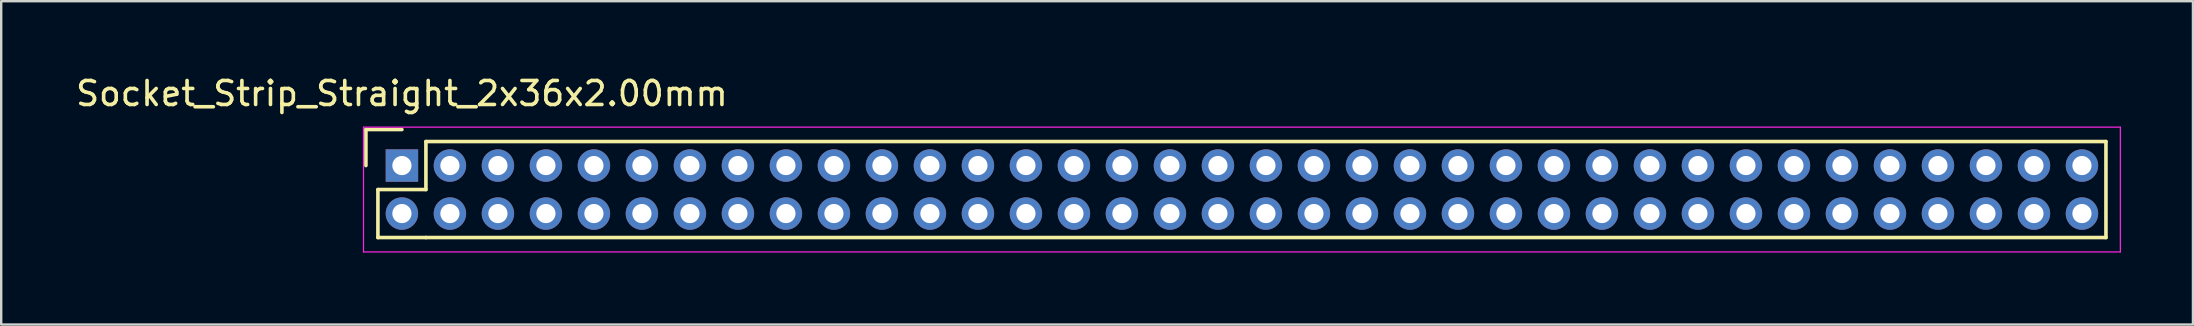
<source format=kicad_pcb>
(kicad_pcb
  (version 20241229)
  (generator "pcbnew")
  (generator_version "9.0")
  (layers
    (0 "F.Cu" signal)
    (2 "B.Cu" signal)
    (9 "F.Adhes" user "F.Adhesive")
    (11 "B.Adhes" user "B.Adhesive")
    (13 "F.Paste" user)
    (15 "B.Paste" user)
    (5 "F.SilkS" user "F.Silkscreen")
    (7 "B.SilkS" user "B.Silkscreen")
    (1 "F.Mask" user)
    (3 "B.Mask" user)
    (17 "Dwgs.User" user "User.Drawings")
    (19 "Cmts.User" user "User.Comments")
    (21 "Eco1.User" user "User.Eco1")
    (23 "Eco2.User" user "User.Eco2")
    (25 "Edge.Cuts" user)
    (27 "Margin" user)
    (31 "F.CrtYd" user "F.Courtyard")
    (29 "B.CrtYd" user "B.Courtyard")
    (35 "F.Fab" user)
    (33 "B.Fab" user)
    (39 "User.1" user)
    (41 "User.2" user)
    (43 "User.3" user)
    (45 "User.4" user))
  (footprint "Socket_Strip_Straight_2x36x2.00mm"
    (layer "F.Cu")
    (at 13.696 3.848)
    (property "Reference" "Socket_Strip_Straight_2x36x2.00mm" (at 0 -3 0) (layer "F.SilkS") (effects (font (size 1 1) (thickness 0.15))))
    (attr through_hole)
    (fp_line (start -1.5 -1.5) (end -1.5 0) (stroke (width 0.15) (type solid)) (layer "F.SilkS"))
    (fp_line (start -1 1) (end -1 3) (stroke (width 0.15) (type solid)) (layer "F.SilkS"))
    (fp_line (start -1 3) (end 1 3) (stroke (width 0.15) (type solid)) (layer "F.SilkS"))
    (fp_line (start 0 -1.5) (end -1.5 -1.5) (stroke (width 0.15) (type solid)) (layer "F.SilkS"))
    (fp_line (start 1 -1) (end 1 1) (stroke (width 0.15) (type solid)) (layer "F.SilkS"))
    (fp_line (start 1 1) (end -1 1) (stroke (width 0.15) (type solid)) (layer "F.SilkS"))
    (fp_line (start 1 3) (end 71 3) (stroke (width 0.15) (type solid)) (layer "F.SilkS"))
    (fp_line (start 71 -1) (end 1 -1) (stroke (width 0.15) (type solid)) (layer "F.SilkS"))
    (fp_line (start 71 3) (end 71 -1) (stroke (width 0.15) (type solid)) (layer "F.SilkS"))
    (fp_line (start -1.6 -1.6) (end -1.6 3.6) (stroke (width 0.05) (type solid)) (layer "F.CrtYd"))
    (fp_line (start -1.6 3.6) (end 71.6 3.6) (stroke (width 0.05) (type solid)) (layer "F.CrtYd"))
    (fp_line (start 71.6 -1.6) (end -1.6 -1.6) (stroke (width 0.05) (type solid)) (layer "F.CrtYd"))
    (fp_line (start 71.6 3.6) (end 71.6 -1.6) (stroke (width 0.05) (type solid)) (layer "F.CrtYd"))
    (pad "1" thru_hole rect (at 0 0) (size 1.35 1.35) (drill 0.8) (layers "*.Cu" "*.Mask"))
    (pad "2" thru_hole circle (at 0 2) (size 1.35 1.35) (drill 0.8) (layers "*.Cu" "*.Mask"))
    (pad "3" thru_hole circle (at 2 0) (size 1.35 1.35) (drill 0.8) (layers "*.Cu" "*.Mask"))
    (pad "4" thru_hole circle (at 2 2) (size 1.35 1.35) (drill 0.8) (layers "*.Cu" "*.Mask"))
    (pad "5" thru_hole circle (at 4 0) (size 1.35 1.35) (drill 0.8) (layers "*.Cu" "*.Mask"))
    (pad "6" thru_hole circle (at 4 2) (size 1.35 1.35) (drill 0.8) (layers "*.Cu" "*.Mask"))
    (pad "7" thru_hole circle (at 6 0) (size 1.35 1.35) (drill 0.8) (layers "*.Cu" "*.Mask"))
    (pad "8" thru_hole circle (at 6 2) (size 1.35 1.35) (drill 0.8) (layers "*.Cu" "*.Mask"))
    (pad "9" thru_hole circle (at 8 0) (size 1.35 1.35) (drill 0.8) (layers "*.Cu" "*.Mask"))
    (pad "10" thru_hole circle (at 8 2) (size 1.35 1.35) (drill 0.8) (layers "*.Cu" "*.Mask"))
    (pad "11" thru_hole circle (at 10 0) (size 1.35 1.35) (drill 0.8) (layers "*.Cu" "*.Mask"))
    (pad "12" thru_hole circle (at 10 2) (size 1.35 1.35) (drill 0.8) (layers "*.Cu" "*.Mask"))
    (pad "13" thru_hole circle (at 12 0) (size 1.35 1.35) (drill 0.8) (layers "*.Cu" "*.Mask"))
    (pad "14" thru_hole circle (at 12 2) (size 1.35 1.35) (drill 0.8) (layers "*.Cu" "*.Mask"))
    (pad "15" thru_hole circle (at 14 0) (size 1.35 1.35) (drill 0.8) (layers "*.Cu" "*.Mask"))
    (pad "16" thru_hole circle (at 14 2) (size 1.35 1.35) (drill 0.8) (layers "*.Cu" "*.Mask"))
    (pad "17" thru_hole circle (at 16 0) (size 1.35 1.35) (drill 0.8) (layers "*.Cu" "*.Mask"))
    (pad "18" thru_hole circle (at 16 2) (size 1.35 1.35) (drill 0.8) (layers "*.Cu" "*.Mask"))
    (pad "19" thru_hole circle (at 18 0) (size 1.35 1.35) (drill 0.8) (layers "*.Cu" "*.Mask"))
    (pad "20" thru_hole circle (at 18 2) (size 1.35 1.35) (drill 0.8) (layers "*.Cu" "*.Mask"))
    (pad "21" thru_hole circle (at 20 0) (size 1.35 1.35) (drill 0.8) (layers "*.Cu" "*.Mask"))
    (pad "22" thru_hole circle (at 20 2) (size 1.35 1.35) (drill 0.8) (layers "*.Cu" "*.Mask"))
    (pad "23" thru_hole circle (at 22 0) (size 1.35 1.35) (drill 0.8) (layers "*.Cu" "*.Mask"))
    (pad "24" thru_hole circle (at 22 2) (size 1.35 1.35) (drill 0.8) (layers "*.Cu" "*.Mask"))
    (pad "25" thru_hole circle (at 24 0) (size 1.35 1.35) (drill 0.8) (layers "*.Cu" "*.Mask"))
    (pad "26" thru_hole circle (at 24 2) (size 1.35 1.35) (drill 0.8) (layers "*.Cu" "*.Mask"))
    (pad "27" thru_hole circle (at 26 0) (size 1.35 1.35) (drill 0.8) (layers "*.Cu" "*.Mask"))
    (pad "28" thru_hole circle (at 26 2) (size 1.35 1.35) (drill 0.8) (layers "*.Cu" "*.Mask"))
    (pad "29" thru_hole circle (at 28 0) (size 1.35 1.35) (drill 0.8) (layers "*.Cu" "*.Mask"))
    (pad "30" thru_hole circle (at 28 2) (size 1.35 1.35) (drill 0.8) (layers "*.Cu" "*.Mask"))
    (pad "31" thru_hole circle (at 30 0) (size 1.35 1.35) (drill 0.8) (layers "*.Cu" "*.Mask"))
    (pad "32" thru_hole circle (at 30 2) (size 1.35 1.35) (drill 0.8) (layers "*.Cu" "*.Mask"))
    (pad "33" thru_hole circle (at 32 0) (size 1.35 1.35) (drill 0.8) (layers "*.Cu" "*.Mask"))
    (pad "34" thru_hole circle (at 32 2) (size 1.35 1.35) (drill 0.8) (layers "*.Cu" "*.Mask"))
    (pad "35" thru_hole circle (at 34 0) (size 1.35 1.35) (drill 0.8) (layers "*.Cu" "*.Mask"))
    (pad "36" thru_hole circle (at 34 2) (size 1.35 1.35) (drill 0.8) (layers "*.Cu" "*.Mask"))
    (pad "37" thru_hole circle (at 36 0) (size 1.35 1.35) (drill 0.8) (layers "*.Cu" "*.Mask"))
    (pad "38" thru_hole circle (at 36 2) (size 1.35 1.35) (drill 0.8) (layers "*.Cu" "*.Mask"))
    (pad "39" thru_hole circle (at 38 0) (size 1.35 1.35) (drill 0.8) (layers "*.Cu" "*.Mask"))
    (pad "40" thru_hole circle (at 38 2) (size 1.35 1.35) (drill 0.8) (layers "*.Cu" "*.Mask"))
    (pad "41" thru_hole circle (at 40 0) (size 1.35 1.35) (drill 0.8) (layers "*.Cu" "*.Mask"))
    (pad "42" thru_hole circle (at 40 2) (size 1.35 1.35) (drill 0.8) (layers "*.Cu" "*.Mask"))
    (pad "43" thru_hole circle (at 42 0) (size 1.35 1.35) (drill 0.8) (layers "*.Cu" "*.Mask"))
    (pad "44" thru_hole circle (at 42 2) (size 1.35 1.35) (drill 0.8) (layers "*.Cu" "*.Mask"))
    (pad "45" thru_hole circle (at 44 0) (size 1.35 1.35) (drill 0.8) (layers "*.Cu" "*.Mask"))
    (pad "46" thru_hole circle (at 44 2) (size 1.35 1.35) (drill 0.8) (layers "*.Cu" "*.Mask"))
    (pad "47" thru_hole circle (at 46 0) (size 1.35 1.35) (drill 0.8) (layers "*.Cu" "*.Mask"))
    (pad "48" thru_hole circle (at 46 2) (size 1.35 1.35) (drill 0.8) (layers "*.Cu" "*.Mask"))
    (pad "49" thru_hole circle (at 48 0) (size 1.35 1.35) (drill 0.8) (layers "*.Cu" "*.Mask"))
    (pad "50" thru_hole circle (at 48 2) (size 1.35 1.35) (drill 0.8) (layers "*.Cu" "*.Mask"))
    (pad "51" thru_hole circle (at 50 0) (size 1.35 1.35) (drill 0.8) (layers "*.Cu" "*.Mask"))
    (pad "52" thru_hole circle (at 50 2) (size 1.35 1.35) (drill 0.8) (layers "*.Cu" "*.Mask"))
    (pad "53" thru_hole circle (at 52 0) (size 1.35 1.35) (drill 0.8) (layers "*.Cu" "*.Mask"))
    (pad "54" thru_hole circle (at 52 2) (size 1.35 1.35) (drill 0.8) (layers "*.Cu" "*.Mask"))
    (pad "55" thru_hole circle (at 54 0) (size 1.35 1.35) (drill 0.8) (layers "*.Cu" "*.Mask"))
    (pad "56" thru_hole circle (at 54 2) (size 1.35 1.35) (drill 0.8) (layers "*.Cu" "*.Mask"))
    (pad "57" thru_hole circle (at 56 0) (size 1.35 1.35) (drill 0.8) (layers "*.Cu" "*.Mask"))
    (pad "58" thru_hole circle (at 56 2) (size 1.35 1.35) (drill 0.8) (layers "*.Cu" "*.Mask"))
    (pad "59" thru_hole circle (at 58 0) (size 1.35 1.35) (drill 0.8) (layers "*.Cu" "*.Mask"))
    (pad "60" thru_hole circle (at 58 2) (size 1.35 1.35) (drill 0.8) (layers "*.Cu" "*.Mask"))
    (pad "61" thru_hole circle (at 60 0) (size 1.35 1.35) (drill 0.8) (layers "*.Cu" "*.Mask"))
    (pad "62" thru_hole circle (at 60 2) (size 1.35 1.35) (drill 0.8) (layers "*.Cu" "*.Mask"))
    (pad "63" thru_hole circle (at 62 0) (size 1.35 1.35) (drill 0.8) (layers "*.Cu" "*.Mask"))
    (pad "64" thru_hole circle (at 62 2) (size 1.35 1.35) (drill 0.8) (layers "*.Cu" "*.Mask"))
    (pad "65" thru_hole circle (at 64 0) (size 1.35 1.35) (drill 0.8) (layers "*.Cu" "*.Mask"))
    (pad "66" thru_hole circle (at 64 2) (size 1.35 1.35) (drill 0.8) (layers "*.Cu" "*.Mask"))
    (pad "67" thru_hole circle (at 66 0) (size 1.35 1.35) (drill 0.8) (layers "*.Cu" "*.Mask"))
    (pad "68" thru_hole circle (at 66 2) (size 1.35 1.35) (drill 0.8) (layers "*.Cu" "*.Mask"))
    (pad "69" thru_hole circle (at 68 0) (size 1.35 1.35) (drill 0.8) (layers "*.Cu" "*.Mask"))
    (pad "70" thru_hole circle (at 68 2) (size 1.35 1.35) (drill 0.8) (layers "*.Cu" "*.Mask"))
    (pad "71" thru_hole circle (at 70 0) (size 1.35 1.35) (drill 0.8) (layers "*.Cu" "*.Mask"))
    (pad "72" thru_hole circle (at 70 2) (size 1.35 1.35) (drill 0.8) (layers "*.Cu" "*.Mask")))
  (gr_rect
    (start -3 -3)
    (end 88.321 10.473)
    (stroke (width 0.1) (type default))
    (fill no)
    (layer "Edge.Cuts")))
</source>
